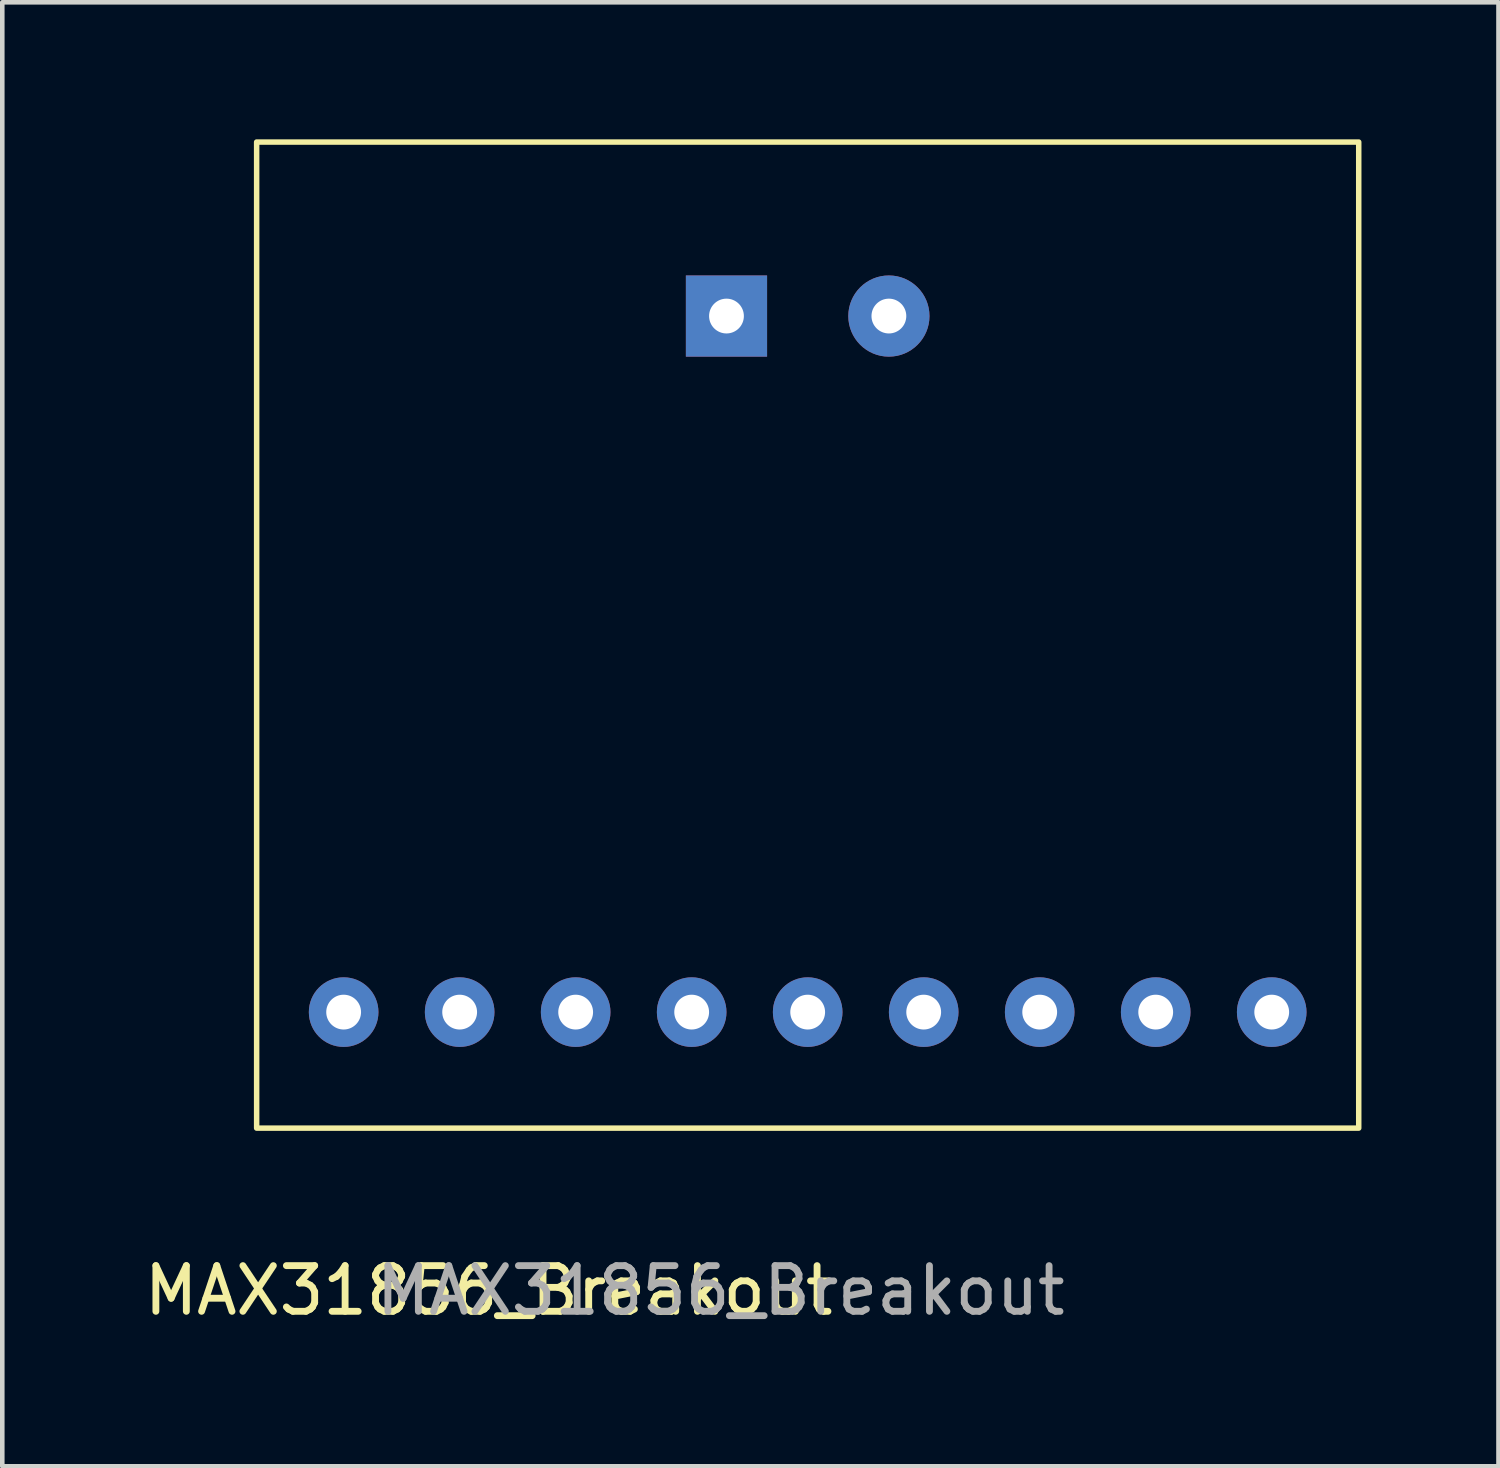
<source format=kicad_pcb>
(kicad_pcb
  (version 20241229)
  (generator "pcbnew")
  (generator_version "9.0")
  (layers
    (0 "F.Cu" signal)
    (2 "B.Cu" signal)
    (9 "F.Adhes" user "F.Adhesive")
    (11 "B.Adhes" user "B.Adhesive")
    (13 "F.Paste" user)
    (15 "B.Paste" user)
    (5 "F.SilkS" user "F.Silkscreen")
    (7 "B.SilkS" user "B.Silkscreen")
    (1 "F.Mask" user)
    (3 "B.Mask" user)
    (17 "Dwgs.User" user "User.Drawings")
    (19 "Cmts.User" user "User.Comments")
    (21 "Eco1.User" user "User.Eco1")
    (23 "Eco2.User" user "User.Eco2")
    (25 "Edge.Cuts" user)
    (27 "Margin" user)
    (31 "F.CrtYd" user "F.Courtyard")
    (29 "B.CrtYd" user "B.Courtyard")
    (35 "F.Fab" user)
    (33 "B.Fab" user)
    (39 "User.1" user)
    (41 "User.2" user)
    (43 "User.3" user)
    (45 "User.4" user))
  (footprint "MAX31856_Breakout"
    (layer "F.Cu")
    (at 15.269 7.426)
    (property "Reference" "MAX31856_Breakout" (at -7.62 17.78 0) (unlocked yes) (layer "F.SilkS") (effects (font (size 1 1) (thickness 0.15))))
    (attr through_hole)
    (fp_rect (start -12.7 14.224) (end 11.43 -7.366) (stroke (width 0.12) (type solid)) (fill no) (layer "F.SilkS"))
    (fp_text user "${REFERENCE}" (at -2.54 17.78 0) (unlocked yes) (layer "F.Fab") (effects (font (size 1 1) (thickness 0.15))))
    (pad "1" thru_hole circle (at 1.143 -3.556 90) (size 1.778 1.778) (drill 0.762) (layers "*.Cu" "*.Mask"))
    (pad "2" thru_hole rect (at -2.413 -3.556 90) (size 1.778 1.778) (drill 0.762) (layers "*.Cu" "*.Mask"))
    (pad "3" thru_hole circle (at 9.525 11.684 90) (size 1.524 1.524) (drill 0.762) (layers "*.Cu" "*.Mask"))
    (pad "4" thru_hole circle (at 6.985 11.684 90) (size 1.524 1.524) (drill 0.762) (layers "*.Cu" "*.Mask"))
    (pad "5" thru_hole circle (at 4.445 11.684 90) (size 1.524 1.524) (drill 0.762) (layers "*.Cu" "*.Mask"))
    (pad "6" thru_hole circle (at 1.905 11.684 90) (size 1.524 1.524) (drill 0.762) (layers "*.Cu" "*.Mask"))
    (pad "7" thru_hole circle (at -0.635 11.684 90) (size 1.524 1.524) (drill 0.762) (layers "*.Cu" "*.Mask"))
    (pad "8" thru_hole circle (at -3.175 11.684 90) (size 1.524 1.524) (drill 0.762) (layers "*.Cu" "*.Mask"))
    (pad "9" thru_hole circle (at -5.715 11.684 90) (size 1.524 1.524) (drill 0.762) (layers "*.Cu" "*.Mask"))
    (pad "10" thru_hole circle (at -8.255 11.684 90) (size 1.524 1.524) (drill 0.762) (layers "*.Cu" "*.Mask"))
    (pad "11" thru_hole circle (at -10.795 11.684 90) (size 1.524 1.524) (drill 0.762) (layers "*.Cu" "*.Mask")))
  (gr_rect
    (start -3 -3)
    (end 29.759 29.054)
    (stroke (width 0.1) (type default))
    (fill no)
    (layer "Edge.Cuts")))
</source>
